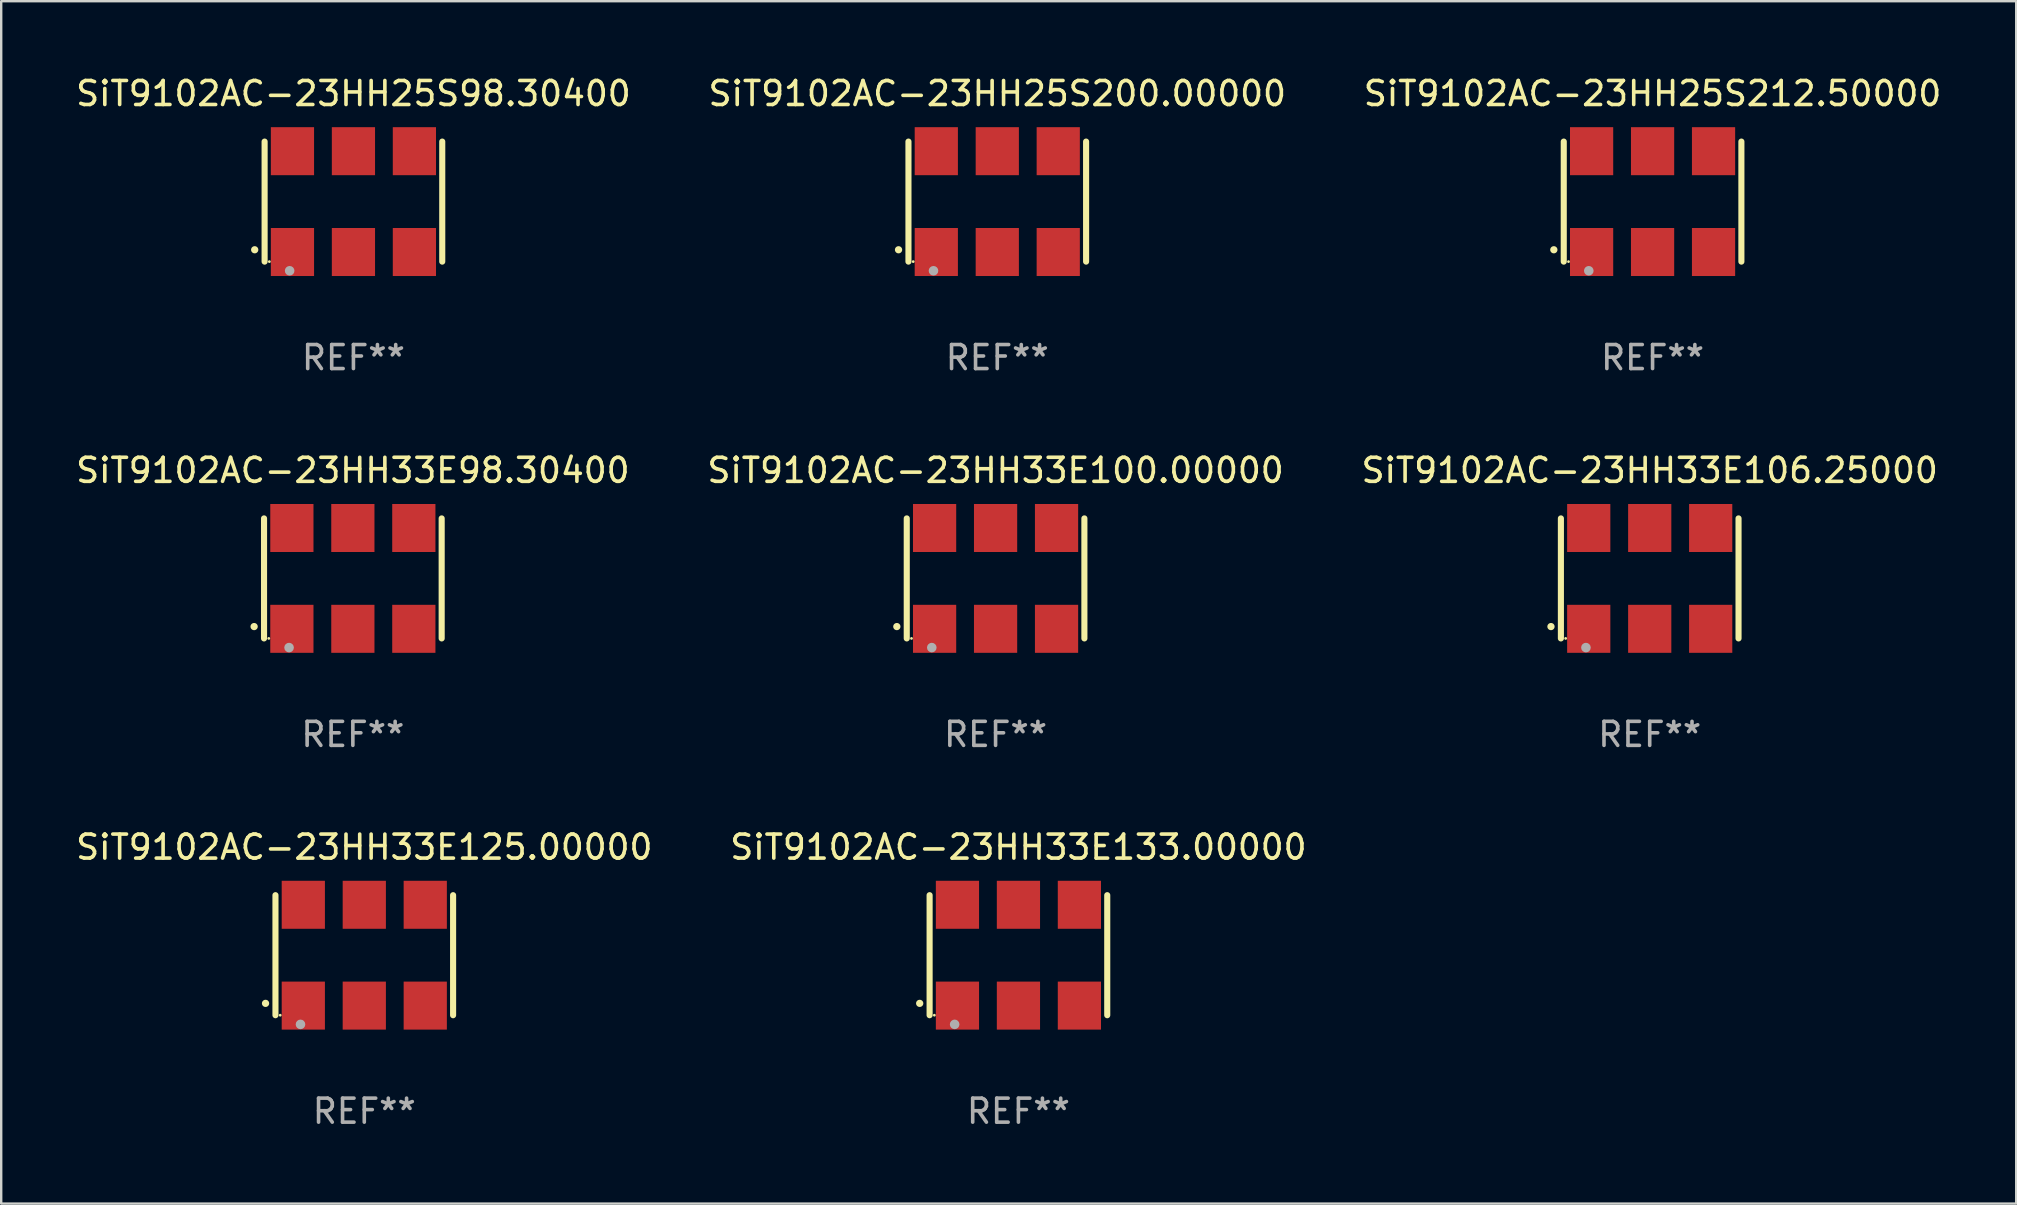
<source format=kicad_pcb>
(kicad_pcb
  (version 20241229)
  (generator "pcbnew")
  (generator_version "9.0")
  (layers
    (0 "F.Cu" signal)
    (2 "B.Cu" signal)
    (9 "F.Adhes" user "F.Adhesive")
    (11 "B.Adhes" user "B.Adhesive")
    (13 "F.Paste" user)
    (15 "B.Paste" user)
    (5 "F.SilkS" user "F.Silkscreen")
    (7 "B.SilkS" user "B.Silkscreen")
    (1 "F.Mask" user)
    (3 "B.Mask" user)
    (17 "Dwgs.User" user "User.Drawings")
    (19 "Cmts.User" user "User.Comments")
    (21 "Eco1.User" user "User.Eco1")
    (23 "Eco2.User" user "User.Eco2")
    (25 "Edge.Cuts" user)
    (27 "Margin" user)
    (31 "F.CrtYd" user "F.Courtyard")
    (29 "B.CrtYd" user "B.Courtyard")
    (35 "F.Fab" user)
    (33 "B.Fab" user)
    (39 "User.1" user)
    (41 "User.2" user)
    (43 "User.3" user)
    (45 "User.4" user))
  (footprint "SiT9102AC-23HH33E98.30400"
    (layer "F.Cu")
    (at 11.649 21.045)
    (property "Reference" "SiT9102AC-23HH33E98.30400" (at 0 -4.5 0) (layer "F.SilkS") (effects (font (size 1 1) (thickness 0.15))))
    (attr through_hole)
    (fp_line (start -3.7 -2.5) (end -3.7 2.5) (stroke (width 0.254) (type solid)) (layer "F.SilkS"))
    (fp_line (start 3.7 -2.5) (end 3.7 2.5) (stroke (width 0.254) (type solid)) (layer "F.SilkS"))
    (fp_arc (start -4.114415 2.006604) (mid -4.113145 2.006599) (end -4.111875 2.006604) (stroke (width 0.3) (type solid)) (layer "F.SilkS"))
    (fp_circle (center -3.502 2.5) (end -3.472 2.5) (stroke (width 0.06) (type solid)) (fill no) (layer "F.SilkS"))
    (fp_circle (center -2.657 2.882) (end -2.557 2.882) (stroke (width 0.2) (type solid)) (fill no) (layer "F.Fab"))
    (fp_text user "REF**" (at 0 6.5 0) (layer "F.Fab") (effects (font (size 1 1) (thickness 0.15))))
    (pad "1" smd rect (at -2.54 2.1) (size 1.8 2) (layers "F.Cu" "F.Mask" "F.Paste"))
    (pad "2" smd rect (at 0.000394 2.1) (size 1.8 2) (layers "F.Cu" "F.Mask" "F.Paste"))
    (pad "3" smd rect (at 2.54 2.1) (size 1.8 2) (layers "F.Cu" "F.Mask" "F.Paste"))
    (pad "4" smd rect (at 2.54 -2.1) (size 1.8 2) (layers "F.Cu" "F.Mask" "F.Paste"))
    (pad "5" smd rect (at 0.000394 -2.1) (size 1.8 2) (layers "F.Cu" "F.Mask" "F.Paste"))
    (pad "6" smd rect (at -2.54 -2.1) (size 1.8 2) (layers "F.Cu" "F.Mask" "F.Paste")))
  (footprint "SiT9102AC-23HH33E133.00000"
    (layer "F.Cu")
    (at 39.375 36.741)
    (property "Reference" "SiT9102AC-23HH33E133.00000" (at 0 -4.5 0) (layer "F.SilkS") (effects (font (size 1 1) (thickness 0.15))))
    (attr through_hole)
    (fp_line (start -3.7 -2.5) (end -3.7 2.5) (stroke (width 0.254) (type solid)) (layer "F.SilkS"))
    (fp_line (start 3.7 -2.5) (end 3.7 2.5) (stroke (width 0.254) (type solid)) (layer "F.SilkS"))
    (fp_arc (start -4.114415 2.006604) (mid -4.113145 2.006599) (end -4.111875 2.006604) (stroke (width 0.3) (type solid)) (layer "F.SilkS"))
    (fp_circle (center -3.502 2.5) (end -3.472 2.5) (stroke (width 0.06) (type solid)) (fill no) (layer "F.SilkS"))
    (fp_circle (center -2.657 2.882) (end -2.557 2.882) (stroke (width 0.2) (type solid)) (fill no) (layer "F.Fab"))
    (fp_text user "REF**" (at 0 6.5 0) (layer "F.Fab") (effects (font (size 1 1) (thickness 0.15))))
    (pad "1" smd rect (at -2.54 2.1) (size 1.8 2) (layers "F.Cu" "F.Mask" "F.Paste"))
    (pad "2" smd rect (at 0.000394 2.1) (size 1.8 2) (layers "F.Cu" "F.Mask" "F.Paste"))
    (pad "3" smd rect (at 2.54 2.1) (size 1.8 2) (layers "F.Cu" "F.Mask" "F.Paste"))
    (pad "4" smd rect (at 2.54 -2.1) (size 1.8 2) (layers "F.Cu" "F.Mask" "F.Paste"))
    (pad "5" smd rect (at 0.000394 -2.1) (size 1.8 2) (layers "F.Cu" "F.Mask" "F.Paste"))
    (pad "6" smd rect (at -2.54 -2.1) (size 1.8 2) (layers "F.Cu" "F.Mask" "F.Paste")))
  (footprint "SiT9102AC-23HH25S212.50000"
    (layer "F.Cu")
    (at 65.792 5.348)
    (property "Reference" "SiT9102AC-23HH25S212.50000" (at 0 -4.5 0) (layer "F.SilkS") (effects (font (size 1 1) (thickness 0.15))))
    (attr through_hole)
    (fp_line (start -3.7 -2.5) (end -3.7 2.5) (stroke (width 0.254) (type solid)) (layer "F.SilkS"))
    (fp_line (start 3.7 -2.5) (end 3.7 2.5) (stroke (width 0.254) (type solid)) (layer "F.SilkS"))
    (fp_arc (start -4.114415 2.006604) (mid -4.113145 2.006599) (end -4.111875 2.006604) (stroke (width 0.3) (type solid)) (layer "F.SilkS"))
    (fp_circle (center -3.502 2.5) (end -3.472 2.5) (stroke (width 0.06) (type solid)) (fill no) (layer "F.SilkS"))
    (fp_circle (center -2.657 2.882) (end -2.557 2.882) (stroke (width 0.2) (type solid)) (fill no) (layer "F.Fab"))
    (fp_text user "REF**" (at 0 6.5 0) (layer "F.Fab") (effects (font (size 1 1) (thickness 0.15))))
    (pad "1" smd rect (at -2.54 2.1) (size 1.8 2) (layers "F.Cu" "F.Mask" "F.Paste"))
    (pad "2" smd rect (at 0.000394 2.1) (size 1.8 2) (layers "F.Cu" "F.Mask" "F.Paste"))
    (pad "3" smd rect (at 2.54 2.1) (size 1.8 2) (layers "F.Cu" "F.Mask" "F.Paste"))
    (pad "4" smd rect (at 2.54 -2.1) (size 1.8 2) (layers "F.Cu" "F.Mask" "F.Paste"))
    (pad "5" smd rect (at 0.000394 -2.1) (size 1.8 2) (layers "F.Cu" "F.Mask" "F.Paste"))
    (pad "6" smd rect (at -2.54 -2.1) (size 1.8 2) (layers "F.Cu" "F.Mask" "F.Paste")))
  (footprint "SiT9102AC-23HH33E106.25000"
    (layer "F.Cu")
    (at 65.673 21.045)
    (property "Reference" "SiT9102AC-23HH33E106.25000" (at 0 -4.5 0) (layer "F.SilkS") (effects (font (size 1 1) (thickness 0.15))))
    (attr through_hole)
    (fp_line (start -3.7 -2.5) (end -3.7 2.5) (stroke (width 0.254) (type solid)) (layer "F.SilkS"))
    (fp_line (start 3.7 -2.5) (end 3.7 2.5) (stroke (width 0.254) (type solid)) (layer "F.SilkS"))
    (fp_arc (start -4.114415 2.006604) (mid -4.113145 2.006599) (end -4.111875 2.006604) (stroke (width 0.3) (type solid)) (layer "F.SilkS"))
    (fp_circle (center -3.502 2.5) (end -3.472 2.5) (stroke (width 0.06) (type solid)) (fill no) (layer "F.SilkS"))
    (fp_circle (center -2.657 2.882) (end -2.557 2.882) (stroke (width 0.2) (type solid)) (fill no) (layer "F.Fab"))
    (fp_text user "REF**" (at 0 6.5 0) (layer "F.Fab") (effects (font (size 1 1) (thickness 0.15))))
    (pad "1" smd rect (at -2.54 2.1) (size 1.8 2) (layers "F.Cu" "F.Mask" "F.Paste"))
    (pad "2" smd rect (at 0.000394 2.1) (size 1.8 2) (layers "F.Cu" "F.Mask" "F.Paste"))
    (pad "3" smd rect (at 2.54 2.1) (size 1.8 2) (layers "F.Cu" "F.Mask" "F.Paste"))
    (pad "4" smd rect (at 2.54 -2.1) (size 1.8 2) (layers "F.Cu" "F.Mask" "F.Paste"))
    (pad "5" smd rect (at 0.000394 -2.1) (size 1.8 2) (layers "F.Cu" "F.Mask" "F.Paste"))
    (pad "6" smd rect (at -2.54 -2.1) (size 1.8 2) (layers "F.Cu" "F.Mask" "F.Paste")))
  (footprint "SiT9102AC-23HH33E100.00000"
    (layer "F.Cu")
    (at 38.423 21.045)
    (property "Reference" "SiT9102AC-23HH33E100.00000" (at 0 -4.5 0) (layer "F.SilkS") (effects (font (size 1 1) (thickness 0.15))))
    (attr through_hole)
    (fp_line (start -3.7 -2.5) (end -3.7 2.5) (stroke (width 0.254) (type solid)) (layer "F.SilkS"))
    (fp_line (start 3.7 -2.5) (end 3.7 2.5) (stroke (width 0.254) (type solid)) (layer "F.SilkS"))
    (fp_arc (start -4.114415 2.006604) (mid -4.113145 2.006599) (end -4.111875 2.006604) (stroke (width 0.3) (type solid)) (layer "F.SilkS"))
    (fp_circle (center -3.502 2.5) (end -3.472 2.5) (stroke (width 0.06) (type solid)) (fill no) (layer "F.SilkS"))
    (fp_circle (center -2.657 2.882) (end -2.557 2.882) (stroke (width 0.2) (type solid)) (fill no) (layer "F.Fab"))
    (fp_text user "REF**" (at 0 6.5 0) (layer "F.Fab") (effects (font (size 1 1) (thickness 0.15))))
    (pad "1" smd rect (at -2.54 2.1) (size 1.8 2) (layers "F.Cu" "F.Mask" "F.Paste"))
    (pad "2" smd rect (at 0.000394 2.1) (size 1.8 2) (layers "F.Cu" "F.Mask" "F.Paste"))
    (pad "3" smd rect (at 2.54 2.1) (size 1.8 2) (layers "F.Cu" "F.Mask" "F.Paste"))
    (pad "4" smd rect (at 2.54 -2.1) (size 1.8 2) (layers "F.Cu" "F.Mask" "F.Paste"))
    (pad "5" smd rect (at 0.000394 -2.1) (size 1.8 2) (layers "F.Cu" "F.Mask" "F.Paste"))
    (pad "6" smd rect (at -2.54 -2.1) (size 1.8 2) (layers "F.Cu" "F.Mask" "F.Paste")))
  (footprint "SiT9102AC-23HH25S200.00000"
    (layer "F.Cu")
    (at 38.494 5.348)
    (property "Reference" "SiT9102AC-23HH25S200.00000" (at 0 -4.5 0) (layer "F.SilkS") (effects (font (size 1 1) (thickness 0.15))))
    (attr through_hole)
    (fp_line (start -3.7 -2.5) (end -3.7 2.5) (stroke (width 0.254) (type solid)) (layer "F.SilkS"))
    (fp_line (start 3.7 -2.5) (end 3.7 2.5) (stroke (width 0.254) (type solid)) (layer "F.SilkS"))
    (fp_arc (start -4.114415 2.006604) (mid -4.113145 2.006599) (end -4.111875 2.006604) (stroke (width 0.3) (type solid)) (layer "F.SilkS"))
    (fp_circle (center -3.502 2.5) (end -3.472 2.5) (stroke (width 0.06) (type solid)) (fill no) (layer "F.SilkS"))
    (fp_circle (center -2.657 2.882) (end -2.557 2.882) (stroke (width 0.2) (type solid)) (fill no) (layer "F.Fab"))
    (fp_text user "REF**" (at 0 6.5 0) (layer "F.Fab") (effects (font (size 1 1) (thickness 0.15))))
    (pad "1" smd rect (at -2.54 2.1) (size 1.8 2) (layers "F.Cu" "F.Mask" "F.Paste"))
    (pad "2" smd rect (at 0.000394 2.1) (size 1.8 2) (layers "F.Cu" "F.Mask" "F.Paste"))
    (pad "3" smd rect (at 2.54 2.1) (size 1.8 2) (layers "F.Cu" "F.Mask" "F.Paste"))
    (pad "4" smd rect (at 2.54 -2.1) (size 1.8 2) (layers "F.Cu" "F.Mask" "F.Paste"))
    (pad "5" smd rect (at 0.000394 -2.1) (size 1.8 2) (layers "F.Cu" "F.Mask" "F.Paste"))
    (pad "6" smd rect (at -2.54 -2.1) (size 1.8 2) (layers "F.Cu" "F.Mask" "F.Paste")))
  (footprint "SiT9102AC-23HH33E125.00000"
    (layer "F.Cu")
    (at 12.125 36.741)
    (property "Reference" "SiT9102AC-23HH33E125.00000" (at 0 -4.5 0) (layer "F.SilkS") (effects (font (size 1 1) (thickness 0.15))))
    (attr through_hole)
    (fp_line (start -3.7 -2.5) (end -3.7 2.5) (stroke (width 0.254) (type solid)) (layer "F.SilkS"))
    (fp_line (start 3.7 -2.5) (end 3.7 2.5) (stroke (width 0.254) (type solid)) (layer "F.SilkS"))
    (fp_arc (start -4.114415 2.006604) (mid -4.113145 2.006599) (end -4.111875 2.006604) (stroke (width 0.3) (type solid)) (layer "F.SilkS"))
    (fp_circle (center -3.502 2.5) (end -3.472 2.5) (stroke (width 0.06) (type solid)) (fill no) (layer "F.SilkS"))
    (fp_circle (center -2.657 2.882) (end -2.557 2.882) (stroke (width 0.2) (type solid)) (fill no) (layer "F.Fab"))
    (fp_text user "REF**" (at 0 6.5 0) (layer "F.Fab") (effects (font (size 1 1) (thickness 0.15))))
    (pad "1" smd rect (at -2.54 2.1) (size 1.8 2) (layers "F.Cu" "F.Mask" "F.Paste"))
    (pad "2" smd rect (at 0.000394 2.1) (size 1.8 2) (layers "F.Cu" "F.Mask" "F.Paste"))
    (pad "3" smd rect (at 2.54 2.1) (size 1.8 2) (layers "F.Cu" "F.Mask" "F.Paste"))
    (pad "4" smd rect (at 2.54 -2.1) (size 1.8 2) (layers "F.Cu" "F.Mask" "F.Paste"))
    (pad "5" smd rect (at 0.000394 -2.1) (size 1.8 2) (layers "F.Cu" "F.Mask" "F.Paste"))
    (pad "6" smd rect (at -2.54 -2.1) (size 1.8 2) (layers "F.Cu" "F.Mask" "F.Paste")))
  (footprint "SiT9102AC-23HH25S98.30400"
    (layer "F.Cu")
    (at 11.673 5.348)
    (property "Reference" "SiT9102AC-23HH25S98.30400" (at 0 -4.5 0) (layer "F.SilkS") (effects (font (size 1 1) (thickness 0.15))))
    (attr through_hole)
    (fp_line (start -3.7 -2.5) (end -3.7 2.5) (stroke (width 0.254) (type solid)) (layer "F.SilkS"))
    (fp_line (start 3.7 -2.5) (end 3.7 2.5) (stroke (width 0.254) (type solid)) (layer "F.SilkS"))
    (fp_arc (start -4.114415 2.006604) (mid -4.113145 2.006599) (end -4.111875 2.006604) (stroke (width 0.3) (type solid)) (layer "F.SilkS"))
    (fp_circle (center -3.502 2.5) (end -3.472 2.5) (stroke (width 0.06) (type solid)) (fill no) (layer "F.SilkS"))
    (fp_circle (center -2.657 2.882) (end -2.557 2.882) (stroke (width 0.2) (type solid)) (fill no) (layer "F.Fab"))
    (fp_text user "REF**" (at 0 6.5 0) (layer "F.Fab") (effects (font (size 1 1) (thickness 0.15))))
    (pad "1" smd rect (at -2.54 2.1) (size 1.8 2) (layers "F.Cu" "F.Mask" "F.Paste"))
    (pad "2" smd rect (at 0.000394 2.1) (size 1.8 2) (layers "F.Cu" "F.Mask" "F.Paste"))
    (pad "3" smd rect (at 2.54 2.1) (size 1.8 2) (layers "F.Cu" "F.Mask" "F.Paste"))
    (pad "4" smd rect (at 2.54 -2.1) (size 1.8 2) (layers "F.Cu" "F.Mask" "F.Paste"))
    (pad "5" smd rect (at 0.000394 -2.1) (size 1.8 2) (layers "F.Cu" "F.Mask" "F.Paste"))
    (pad "6" smd rect (at -2.54 -2.1) (size 1.8 2) (layers "F.Cu" "F.Mask" "F.Paste")))
  (gr_rect
    (start -3 -3)
    (end 80.94 47.09)
    (stroke (width 0.1) (type default))
    (fill no)
    (layer "Edge.Cuts")))
</source>
